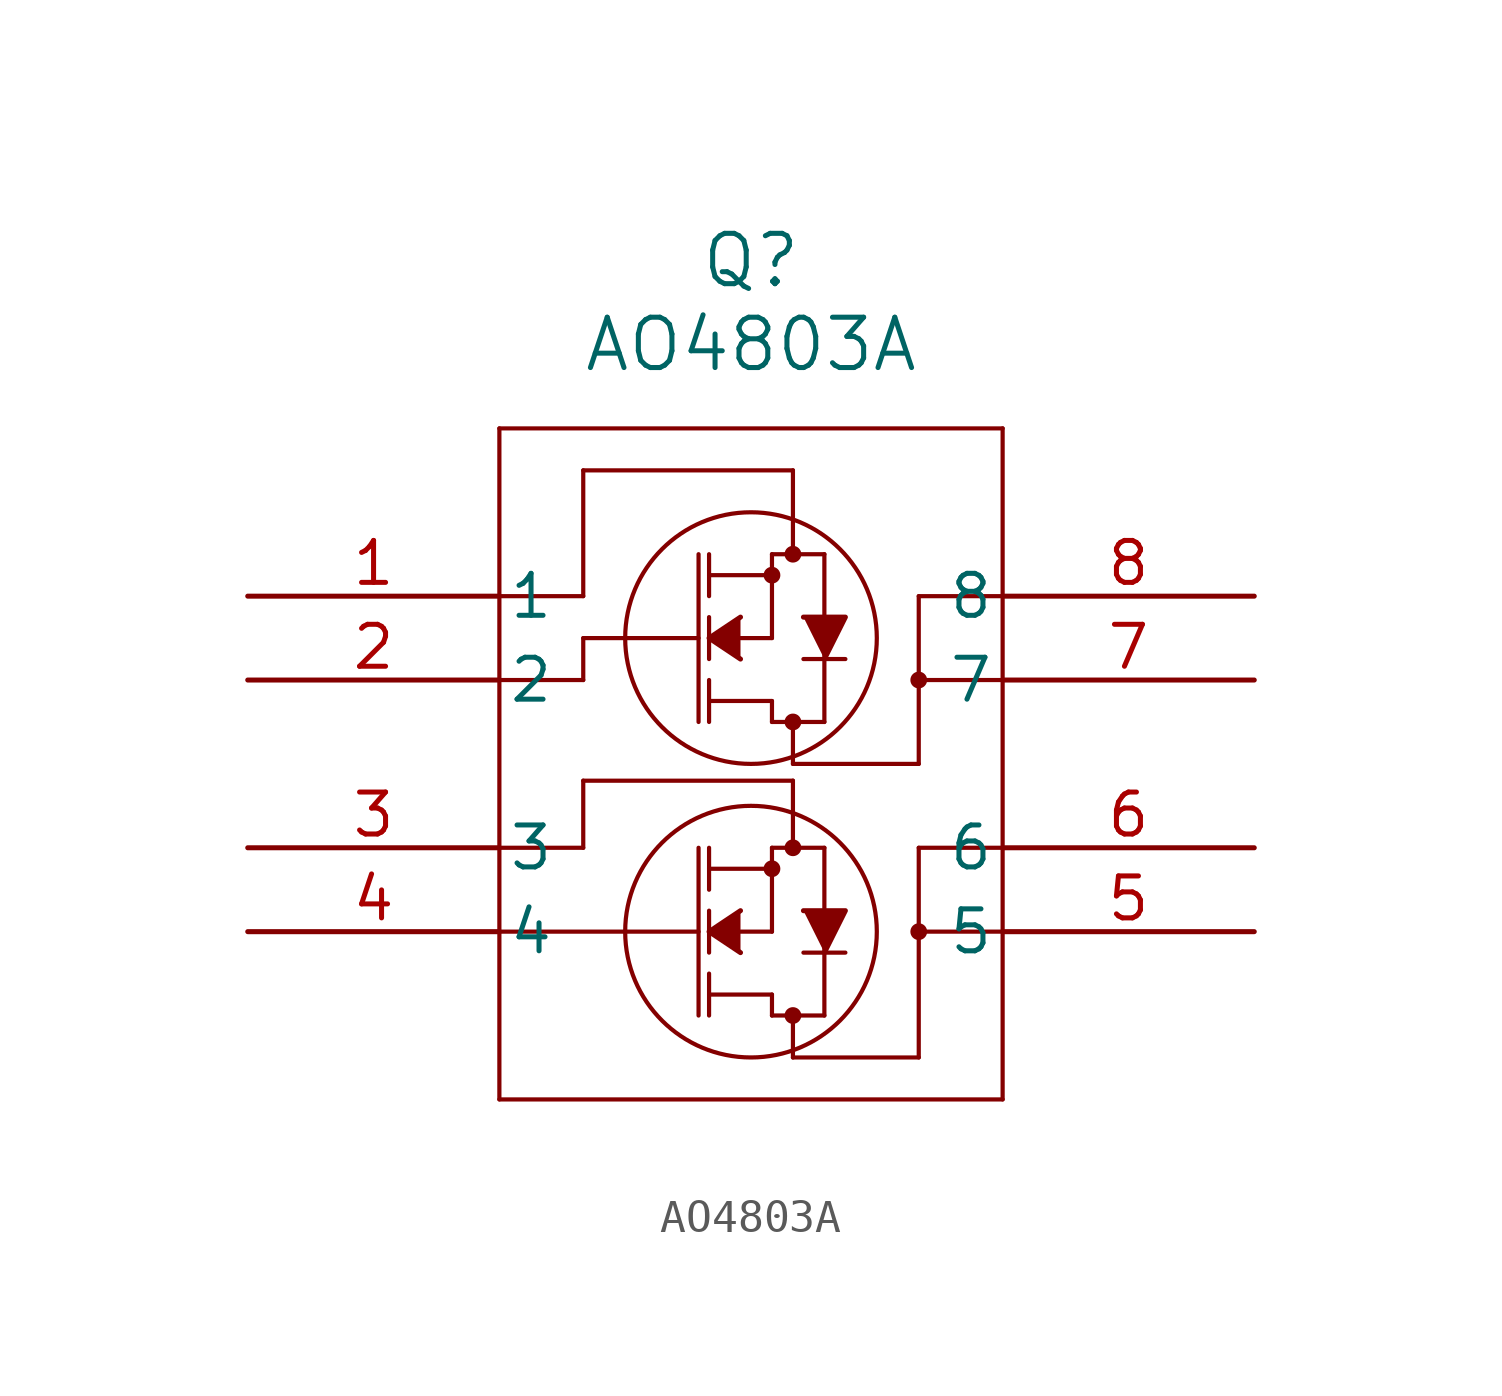
<source format=kicad_sym>
(kicad_symbol_lib
  (version 20211014)
  (generator kicad_symbol_editor)
  (symbol "AO4803A"
    (pin_names
      (offset 0.254))
    (property "Reference" "Q"
      (at 15.24 10.16 0)
      (effects (font (size 1.524 1.524))))
    (property "Value" "AO4803A"
      (at 15.24 7.62 0)
      (effects (font (size 1.524 1.524))))
    (symbol "AO4803A_0_1"
      (polyline (pts (xy 7.62 -15.24) (xy 22.86 -15.24)) (stroke (width 0.127) (type default) (color 0 0 0 0)) (fill (type none)))
      (polyline (pts (xy 22.86 5.08) (xy 7.62 5.08)) (stroke (width 0.127) (type default) (color 0 0 0 0)) (fill (type none)))
      (circle (center 16.51 -3.81) (radius 0.127) (stroke (width 0.254) (type default) (color 0 0 0 0)) (fill (type none)))
      (circle (center 16.51 1.27) (radius 0.127) (stroke (width 0.254) (type default) (color 0 0 0 0)) (fill (type none)))
      (circle (center 15.875 0.635) (radius 0.127) (stroke (width 0.254) (type default) (color 0 0 0 0)) (fill (type none)))
      (polyline (pts (xy 13.652 -1.27) (xy 10.16 -1.27)) (stroke (width 0.127) (type default) (color 0 0 0 0)) (fill (type none)))
      (polyline (pts (xy 13.652 1.27) (xy 13.652 -3.81)) (stroke (width 0.127) (type default) (color 0 0 0 0)) (fill (type none)))
      (polyline (pts (xy 13.97 -0.635) (xy 13.97 -1.905)) (stroke (width 0.127) (type default) (color 0 0 0 0)) (fill (type none)))
      (polyline (pts (xy 13.97 1.27) (xy 13.97 0)) (stroke (width 0.127) (type default) (color 0 0 0 0)) (fill (type none)))
      (polyline (pts (xy 13.97 -2.54) (xy 13.97 -3.81)) (stroke (width 0.127) (type default) (color 0 0 0 0)) (fill (type none)))
      (polyline (pts (xy 14.922 -1.27) (xy 15.875 -1.27)) (stroke (width 0.127) (type default) (color 0 0 0 0)) (fill (type none)))
      (polyline (pts (xy 13.97 0.635) (xy 15.875 0.635)) (stroke (width 0.127) (type default) (color 0 0 0 0)) (fill (type none)))
      (polyline (pts (xy 15.875 1.27) (xy 15.875 -1.27)) (stroke (width 0.127) (type default) (color 0 0 0 0)) (fill (type none)))
      (polyline (pts (xy 15.875 1.27) (xy 17.462 1.27)) (stroke (width 0.127) (type default) (color 0 0 0 0)) (fill (type none)))
      (polyline (pts (xy 13.97 -3.175) (xy 15.875 -3.175)) (stroke (width 0.127) (type default) (color 0 0 0 0)) (fill (type none)))
      (polyline (pts (xy 17.462 1.27) (xy 17.462 -3.81)) (stroke (width 0.127) (type default) (color 0 0 0 0)) (fill (type none)))
      (polyline (pts (xy 16.828 -1.905) (xy 18.098 -1.905)) (stroke (width 0.127) (type default) (color 0 0 0 0)) (fill (type none)))
      (polyline (pts (xy 15.875 -3.81) (xy 17.462 -3.81)) (stroke (width 0.127) (type default) (color 0 0 0 0)) (fill (type none)))
      (polyline (pts (xy 15.875 -3.175) (xy 15.875 -3.81)) (stroke (width 0.127) (type default) (color 0 0 0 0)) (fill (type none)))
      (polyline (pts (xy 14.922 -0.635) (xy 13.97 -1.27) (xy 14.922 -1.905)) (stroke (width 0) (type default) (color 0 0 0 0)) (fill (type outline)))
      (polyline (pts (xy 16.828 -0.635) (xy 18.098 -0.635) (xy 17.462 -1.905)) (stroke (width 0) (type default) (color 0 0 0 0)) (fill (type outline)))
      (polyline (pts (xy 16.51 -5.08) (xy 16.51 -3.81)) (stroke (width 0.127) (type default) (color 0 0 0 0)) (fill (type none)))
      (polyline (pts (xy 16.51 -5.08) (xy 20.32 -5.08)) (stroke (width 0.127) (type default) (color 0 0 0 0)) (fill (type none)))
      (polyline (pts (xy 22.86 -15.24) (xy 22.86 5.08)) (stroke (width 0.127) (type default) (color 0 0 0 0)) (fill (type none)))
      (polyline (pts (xy 20.32 -5.08) (xy 20.32 0)) (stroke (width 0.127) (type default) (color 0 0 0 0)) (fill (type none)))
      (polyline (pts (xy 20.32 0) (xy 22.86 0)) (stroke (width 0.127) (type default) (color 0 0 0 0)) (fill (type none)))
      (polyline (pts (xy 10.16 -5.588) (xy 10.16 -7.62)) (stroke (width 0.127) (type default) (color 0 0 0 0)) (fill (type none)))
      (polyline (pts (xy 16.51 1.27) (xy 16.51 3.81)) (stroke (width 0.127) (type default) (color 0 0 0 0)) (fill (type none)))
      (polyline (pts (xy 7.62 0) (xy 10.16 0)) (stroke (width 0.127) (type default) (color 0 0 0 0)) (fill (type none)))
      (polyline (pts (xy 20.32 -2.54) (xy 22.86 -2.54)) (stroke (width 0.127) (type default) (color 0 0 0 0)) (fill (type none)))
      (polyline (pts (xy 10.16 -7.62) (xy 7.62 -7.62)) (stroke (width 0.127) (type default) (color 0 0 0 0)) (fill (type none)))
      (circle (center 16.51 -12.7) (radius 0.127) (stroke (width 0.254) (type default) (color 0 0 0 0)) (fill (type none)))
      (circle (center 16.51 -7.62) (radius 0.127) (stroke (width 0.254) (type default) (color 0 0 0 0)) (fill (type none)))
      (circle (center 15.875 -8.255) (radius 0.127) (stroke (width 0.254) (type default) (color 0 0 0 0)) (fill (type none)))
      (polyline (pts (xy 7.62 -10.16) (xy 13.652 -10.16)) (stroke (width 0.127) (type default) (color 0 0 0 0)) (fill (type none)))
      (polyline (pts (xy 13.652 -7.62) (xy 13.652 -12.7)) (stroke (width 0.127) (type default) (color 0 0 0 0)) (fill (type none)))
      (polyline (pts (xy 13.97 -9.525) (xy 13.97 -10.795)) (stroke (width 0.127) (type default) (color 0 0 0 0)) (fill (type none)))
      (polyline (pts (xy 13.97 -7.62) (xy 13.97 -8.89)) (stroke (width 0.127) (type default) (color 0 0 0 0)) (fill (type none)))
      (polyline (pts (xy 13.97 -11.43) (xy 13.97 -12.7)) (stroke (width 0.127) (type default) (color 0 0 0 0)) (fill (type none)))
      (polyline (pts (xy 14.922 -10.16) (xy 15.875 -10.16)) (stroke (width 0.127) (type default) (color 0 0 0 0)) (fill (type none)))
      (polyline (pts (xy 7.62 -2.54) (xy 10.16 -2.54)) (stroke (width 0.127) (type default) (color 0 0 0 0)) (fill (type none)))
      (polyline (pts (xy 13.97 -8.255) (xy 15.875 -8.255)) (stroke (width 0.127) (type default) (color 0 0 0 0)) (fill (type none)))
      (polyline (pts (xy 15.875 -7.62) (xy 15.875 -10.16)) (stroke (width 0.127) (type default) (color 0 0 0 0)) (fill (type none)))
      (polyline (pts (xy 15.875 -7.62) (xy 17.462 -7.62)) (stroke (width 0.127) (type default) (color 0 0 0 0)) (fill (type none)))
      (polyline (pts (xy 13.97 -12.065) (xy 15.875 -12.065)) (stroke (width 0.127) (type default) (color 0 0 0 0)) (fill (type none)))
      (polyline (pts (xy 17.462 -7.62) (xy 17.462 -12.7)) (stroke (width 0.127) (type default) (color 0 0 0 0)) (fill (type none)))
      (polyline (pts (xy 16.828 -10.795) (xy 18.098 -10.795)) (stroke (width 0.127) (type default) (color 0 0 0 0)) (fill (type none)))
      (polyline (pts (xy 15.875 -12.7) (xy 17.462 -12.7)) (stroke (width 0.127) (type default) (color 0 0 0 0)) (fill (type none)))
      (polyline (pts (xy 15.875 -12.065) (xy 15.875 -12.7)) (stroke (width 0.127) (type default) (color 0 0 0 0)) (fill (type none)))
      (polyline (pts (xy 16.51 -13.97) (xy 16.51 -12.7)) (stroke (width 0.127) (type default) (color 0 0 0 0)) (fill (type none)))
      (polyline (pts (xy 16.51 -13.97) (xy 20.32 -13.97)) (stroke (width 0.127) (type default) (color 0 0 0 0)) (fill (type none)))
      (circle (center 20.32 -2.54) (radius 0.127) (stroke (width 0.254) (type default) (color 0 0 0 0)) (fill (type none)))
      (polyline (pts (xy 20.32 -13.97) (xy 20.32 -7.62)) (stroke (width 0.127) (type default) (color 0 0 0 0)) (fill (type none)))
      (polyline (pts (xy 20.32 -7.62) (xy 22.86 -7.62)) (stroke (width 0.127) (type default) (color 0 0 0 0)) (fill (type none)))
      (polyline (pts (xy 20.32 -10.16) (xy 22.86 -10.16)) (stroke (width 0.127) (type default) (color 0 0 0 0)) (fill (type none)))
      (polyline (pts (xy 16.51 -7.62) (xy 16.51 -5.588)) (stroke (width 0.127) (type default) (color 0 0 0 0)) (fill (type none)))
      (circle (center 20.32 -10.16) (radius 0.127) (stroke (width 0.254) (type default) (color 0 0 0 0)) (fill (type none)))
      (polyline (pts (xy 7.62 5.08) (xy 7.62 -15.24)) (stroke (width 0.127) (type default) (color 0 0 0 0)) (fill (type none)))
      (circle (center 15.24 -10.16) (radius 3.81) (stroke (width 0.127) (type default) (color 0 0 0 0)) (fill (type none)))
      (polyline (pts (xy 14.922 -9.525) (xy 13.97 -10.16) (xy 14.922 -10.795)) (stroke (width 0) (type default) (color 0 0 0 0)) (fill (type outline)))
      (polyline (pts (xy 10.16 -1.27) (xy 10.16 -2.54)) (stroke (width 0.127) (type default) (color 0 0 0 0)) (fill (type none)))
      (circle (center 15.24 -1.27) (radius 3.81) (stroke (width 0.127) (type default) (color 0 0 0 0)) (fill (type none)))
      (polyline (pts (xy 10.16 3.81) (xy 10.16 0)) (stroke (width 0.127) (type default) (color 0 0 0 0)) (fill (type none)))
      (polyline (pts (xy 10.16 3.81) (xy 16.51 3.81)) (stroke (width 0.127) (type default) (color 0 0 0 0)) (fill (type none)))
      (polyline (pts (xy 16.828 -9.525) (xy 18.098 -9.525) (xy 17.462 -10.795)) (stroke (width 0) (type default) (color 0 0 0 0)) (fill (type outline)))
      (polyline (pts (xy 10.16 -5.588) (xy 16.51 -5.588)) (stroke (width 0.127) (type default) (color 0 0 0 0)) (fill (type none)))
      (pin unspecified line (at 0 0 0) (length 7.62) (name "1" (effects (font (size 1.27 1.27)))) (number "1" (effects (font (size 1.27 1.27)))))
      (pin unspecified line (at 0 -2.54 0) (length 7.62) (name "2" (effects (font (size 1.27 1.27)))) (number "2" (effects (font (size 1.27 1.27)))))
      (pin unspecified line (at 0 -7.62 0) (length 7.62) (name "3" (effects (font (size 1.27 1.27)))) (number "3" (effects (font (size 1.27 1.27)))))
      (pin unspecified line (at 0 -10.16 0) (length 7.62) (name "4" (effects (font (size 1.27 1.27)))) (number "4" (effects (font (size 1.27 1.27)))))
      (pin unspecified line (at 30.48 -10.16 180) (length 7.62) (name "5" (effects (font (size 1.27 1.27)))) (number "5" (effects (font (size 1.27 1.27)))))
      (pin unspecified line (at 30.48 -7.62 180) (length 7.62) (name "6" (effects (font (size 1.27 1.27)))) (number "6" (effects (font (size 1.27 1.27)))))
      (pin unspecified line (at 30.48 -2.54 180) (length 7.62) (name "7" (effects (font (size 1.27 1.27)))) (number "7" (effects (font (size 1.27 1.27)))))
      (pin unspecified line (at 30.48 0 180) (length 7.62) (name "8" (effects (font (size 1.27 1.27)))) (number "8" (effects (font (size 1.27 1.27))))))))
</source>
